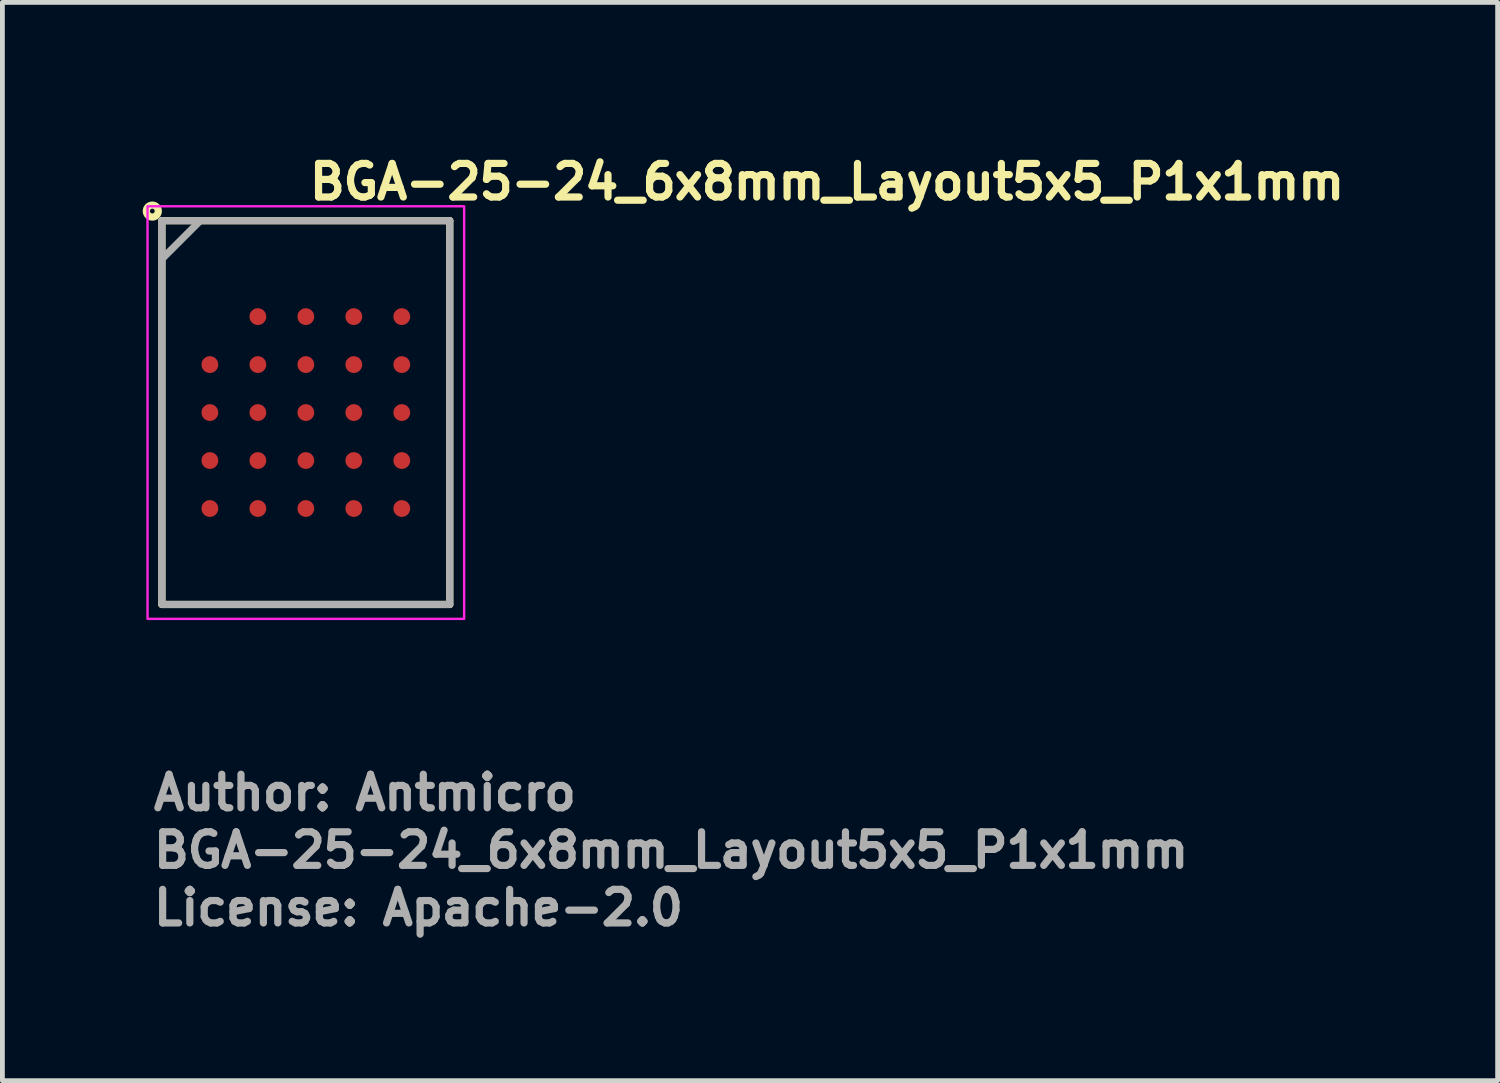
<source format=kicad_pcb>
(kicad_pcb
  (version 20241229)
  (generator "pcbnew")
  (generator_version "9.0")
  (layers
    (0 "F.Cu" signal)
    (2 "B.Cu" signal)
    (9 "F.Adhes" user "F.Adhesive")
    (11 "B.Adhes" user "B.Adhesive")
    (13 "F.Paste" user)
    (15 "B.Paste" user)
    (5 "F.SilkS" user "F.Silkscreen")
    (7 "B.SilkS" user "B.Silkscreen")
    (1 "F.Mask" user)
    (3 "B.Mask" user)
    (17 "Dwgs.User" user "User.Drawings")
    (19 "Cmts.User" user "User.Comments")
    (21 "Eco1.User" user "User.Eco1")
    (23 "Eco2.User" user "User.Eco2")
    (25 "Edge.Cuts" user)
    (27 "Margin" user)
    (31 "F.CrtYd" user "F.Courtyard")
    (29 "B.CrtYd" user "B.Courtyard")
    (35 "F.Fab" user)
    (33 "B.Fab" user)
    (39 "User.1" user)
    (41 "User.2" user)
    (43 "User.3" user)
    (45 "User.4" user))
  (footprint "BGA-25-24_6x8mm_Layout5x5_P1x1mm"
    (layer "F.Cu")
    (at 3.325 5.55)
    (property "Reference" "BGA-25-24_6x8mm_Layout5x5_P1x1mm" (at 0 -4.4 0) (layer "F.SilkS") (effects (font (size 0.7 0.7) (thickness 0.15)) (justify left bottom)))
    (attr smd)
    (fp_line (start -3 -4) (end 3 -4) (stroke (width 0.15) (type solid)) (layer "F.SilkS"))
    (fp_line (start -3 4) (end -3 -4) (stroke (width 0.15) (type solid)) (layer "F.SilkS"))
    (fp_line (start 3 -4) (end 3 4) (stroke (width 0.15) (type solid)) (layer "F.SilkS"))
    (fp_line (start 3 4) (end -3 4) (stroke (width 0.15) (type solid)) (layer "F.SilkS"))
    (fp_circle (center -3.2 -4.2) (end -3.15 -4.2) (stroke (width 0.15) (type solid)) (fill no) (layer "F.SilkS"))
    (fp_rect (start -3.3 -4.3) (end 3.3 4.3) (stroke (width 0.05) (type solid)) (fill no) (layer "F.CrtYd"))
    (fp_line (start -2.2 -4) (end -3 -3.2) (stroke (width 0.15) (type solid)) (layer "F.Fab"))
    (fp_rect (start -3 -4) (end 3 4) (stroke (width 0.15) (type solid)) (fill no) (layer "F.Fab"))
    (fp_rect (start -3 -4) (end 3 4) (stroke (width 0.1) (type solid)) (fill no) (layer "User.5"))
    (fp_line (start -3 -4) (end 3 -4) (stroke (width 0.02) (type solid)) (layer "User.9"))
    (fp_line (start -3 4) (end -3 -4) (stroke (width 0.02) (type solid)) (layer "User.9"))
    (fp_line (start -2.75 -3.5) (end -2.749 -3.483) (stroke (width 0.02) (type solid)) (layer "User.9"))
    (fp_line (start -2.75 -3.5) (end -2.749 -3.483) (stroke (width 0.02) (type solid)) (layer "User.9"))
    (fp_line (start -2.749 -3.516) (end -2.749 -3.508) (stroke (width 0.02) (type solid)) (layer "User.9"))
    (fp_line (start -2.749 -3.516) (end -2.749 -3.508) (stroke (width 0.02) (type solid)) (layer "User.9"))
    (fp_line (start -2.749 -3.508) (end -2.75 -3.5) (stroke (width 0.02) (type solid)) (layer "User.9"))
    (fp_line (start -2.749 -3.508) (end -2.75 -3.5) (stroke (width 0.02) (type solid)) (layer "User.9"))
    (fp_line (start -2.749 -3.483) (end -2.747 -3.466) (stroke (width 0.02) (type solid)) (layer "User.9"))
    (fp_line (start -2.749 -3.483) (end -2.747 -3.466) (stroke (width 0.02) (type solid)) (layer "User.9"))
    (fp_line (start -2.748 -3.524) (end -2.749 -3.516) (stroke (width 0.02) (type solid)) (layer "User.9"))
    (fp_line (start -2.748 -3.524) (end -2.749 -3.516) (stroke (width 0.02) (type solid)) (layer "User.9"))
    (fp_line (start -2.747 -3.533) (end -2.748 -3.524) (stroke (width 0.02) (type solid)) (layer "User.9"))
    (fp_line (start -2.747 -3.533) (end -2.748 -3.524) (stroke (width 0.02) (type solid)) (layer "User.9"))
    (fp_line (start -2.747 -3.466) (end -2.745 -3.45) (stroke (width 0.02) (type solid)) (layer "User.9"))
    (fp_line (start -2.747 -3.466) (end -2.745 -3.45) (stroke (width 0.02) (type solid)) (layer "User.9"))
    (fp_line (start -2.746 -3.541) (end -2.747 -3.533) (stroke (width 0.02) (type solid)) (layer "User.9"))
    (fp_line (start -2.746 -3.541) (end -2.747 -3.533) (stroke (width 0.02) (type solid)) (layer "User.9"))
    (fp_line (start -2.745 -3.549) (end -2.746 -3.541) (stroke (width 0.02) (type solid)) (layer "User.9"))
    (fp_line (start -2.745 -3.549) (end -2.746 -3.541) (stroke (width 0.02) (type solid)) (layer "User.9"))
    (fp_line (start -2.745 -3.45) (end -2.741 -3.434) (stroke (width 0.02) (type solid)) (layer "User.9"))
    (fp_line (start -2.745 -3.45) (end -2.741 -3.434) (stroke (width 0.02) (type solid)) (layer "User.9"))
    (fp_line (start -2.743 -3.557) (end -2.745 -3.549) (stroke (width 0.02) (type solid)) (layer "User.9"))
    (fp_line (start -2.743 -3.557) (end -2.745 -3.549) (stroke (width 0.02) (type solid)) (layer "User.9"))
    (fp_line (start -2.741 -3.565) (end -2.743 -3.557) (stroke (width 0.02) (type solid)) (layer "User.9"))
    (fp_line (start -2.741 -3.565) (end -2.743 -3.557) (stroke (width 0.02) (type solid)) (layer "User.9"))
    (fp_line (start -2.741 -3.434) (end -2.736 -3.419) (stroke (width 0.02) (type solid)) (layer "User.9"))
    (fp_line (start -2.741 -3.434) (end -2.736 -3.419) (stroke (width 0.02) (type solid)) (layer "User.9"))
    (fp_line (start -2.739 -3.573) (end -2.741 -3.565) (stroke (width 0.02) (type solid)) (layer "User.9"))
    (fp_line (start -2.739 -3.573) (end -2.741 -3.565) (stroke (width 0.02) (type solid)) (layer "User.9"))
    (fp_line (start -2.736 -3.58) (end -2.739 -3.573) (stroke (width 0.02) (type solid)) (layer "User.9"))
    (fp_line (start -2.736 -3.58) (end -2.739 -3.573) (stroke (width 0.02) (type solid)) (layer "User.9"))
    (fp_line (start -2.736 -3.419) (end -2.73 -3.404) (stroke (width 0.02) (type solid)) (layer "User.9"))
    (fp_line (start -2.736 -3.419) (end -2.73 -3.404) (stroke (width 0.02) (type solid)) (layer "User.9"))
    (fp_line (start -2.733 -3.588) (end -2.736 -3.58) (stroke (width 0.02) (type solid)) (layer "User.9"))
    (fp_line (start -2.733 -3.588) (end -2.736 -3.58) (stroke (width 0.02) (type solid)) (layer "User.9"))
    (fp_line (start -2.73 -3.595) (end -2.733 -3.588) (stroke (width 0.02) (type solid)) (layer "User.9"))
    (fp_line (start -2.73 -3.595) (end -2.733 -3.588) (stroke (width 0.02) (type solid)) (layer "User.9"))
    (fp_line (start -2.73 -3.404) (end -2.724 -3.389) (stroke (width 0.02) (type solid)) (layer "User.9"))
    (fp_line (start -2.73 -3.404) (end -2.724 -3.389) (stroke (width 0.02) (type solid)) (layer "User.9"))
    (fp_line (start -2.727 -3.603) (end -2.73 -3.595) (stroke (width 0.02) (type solid)) (layer "User.9"))
    (fp_line (start -2.727 -3.603) (end -2.73 -3.595) (stroke (width 0.02) (type solid)) (layer "User.9"))
    (fp_line (start -2.724 -3.61) (end -2.727 -3.603) (stroke (width 0.02) (type solid)) (layer "User.9"))
    (fp_line (start -2.724 -3.61) (end -2.727 -3.603) (stroke (width 0.02) (type solid)) (layer "User.9"))
    (fp_line (start -2.724 -3.389) (end -2.716 -3.375) (stroke (width 0.02) (type solid)) (layer "User.9"))
    (fp_line (start -2.724 -3.389) (end -2.716 -3.375) (stroke (width 0.02) (type solid)) (layer "User.9"))
    (fp_line (start -2.72 -3.617) (end -2.724 -3.61) (stroke (width 0.02) (type solid)) (layer "User.9"))
    (fp_line (start -2.72 -3.617) (end -2.724 -3.61) (stroke (width 0.02) (type solid)) (layer "User.9"))
    (fp_line (start -2.716 -3.625) (end -2.72 -3.617) (stroke (width 0.02) (type solid)) (layer "User.9"))
    (fp_line (start -2.716 -3.625) (end -2.72 -3.617) (stroke (width 0.02) (type solid)) (layer "User.9"))
    (fp_line (start -2.716 -3.375) (end -2.707 -3.361) (stroke (width 0.02) (type solid)) (layer "User.9"))
    (fp_line (start -2.716 -3.375) (end -2.707 -3.361) (stroke (width 0.02) (type solid)) (layer "User.9"))
    (fp_line (start -2.712 -3.631) (end -2.716 -3.625) (stroke (width 0.02) (type solid)) (layer "User.9"))
    (fp_line (start -2.712 -3.631) (end -2.716 -3.625) (stroke (width 0.02) (type solid)) (layer "User.9"))
    (fp_line (start -2.707 -3.638) (end -2.712 -3.631) (stroke (width 0.02) (type solid)) (layer "User.9"))
    (fp_line (start -2.707 -3.638) (end -2.712 -3.631) (stroke (width 0.02) (type solid)) (layer "User.9"))
    (fp_line (start -2.707 -3.361) (end -2.698 -3.348) (stroke (width 0.02) (type solid)) (layer "User.9"))
    (fp_line (start -2.707 -3.361) (end -2.698 -3.348) (stroke (width 0.02) (type solid)) (layer "User.9"))
    (fp_line (start -2.703 -3.645) (end -2.707 -3.638) (stroke (width 0.02) (type solid)) (layer "User.9"))
    (fp_line (start -2.703 -3.645) (end -2.707 -3.638) (stroke (width 0.02) (type solid)) (layer "User.9"))
    (fp_line (start -2.698 -3.651) (end -2.703 -3.645) (stroke (width 0.02) (type solid)) (layer "User.9"))
    (fp_line (start -2.698 -3.651) (end -2.703 -3.645) (stroke (width 0.02) (type solid)) (layer "User.9"))
    (fp_line (start -2.698 -3.348) (end -2.688 -3.335) (stroke (width 0.02) (type solid)) (layer "User.9"))
    (fp_line (start -2.698 -3.348) (end -2.688 -3.335) (stroke (width 0.02) (type solid)) (layer "User.9"))
    (fp_line (start -2.693 -3.658) (end -2.698 -3.651) (stroke (width 0.02) (type solid)) (layer "User.9"))
    (fp_line (start -2.693 -3.658) (end -2.698 -3.651) (stroke (width 0.02) (type solid)) (layer "User.9"))
    (fp_line (start -2.688 -3.664) (end -2.693 -3.658) (stroke (width 0.02) (type solid)) (layer "User.9"))
    (fp_line (start -2.688 -3.664) (end -2.693 -3.658) (stroke (width 0.02) (type solid)) (layer "User.9"))
    (fp_line (start -2.688 -3.335) (end -2.677 -3.323) (stroke (width 0.02) (type solid)) (layer "User.9"))
    (fp_line (start -2.688 -3.335) (end -2.677 -3.323) (stroke (width 0.02) (type solid)) (layer "User.9"))
    (fp_line (start -2.682 -3.67) (end -2.688 -3.664) (stroke (width 0.02) (type solid)) (layer "User.9"))
    (fp_line (start -2.682 -3.67) (end -2.688 -3.664) (stroke (width 0.02) (type solid)) (layer "User.9"))
    (fp_line (start -2.677 -3.676) (end -2.682 -3.67) (stroke (width 0.02) (type solid)) (layer "User.9"))
    (fp_line (start -2.677 -3.676) (end -2.682 -3.67) (stroke (width 0.02) (type solid)) (layer "User.9"))
    (fp_line (start -2.677 -3.323) (end -2.665 -3.312) (stroke (width 0.02) (type solid)) (layer "User.9"))
    (fp_line (start -2.677 -3.323) (end -2.665 -3.312) (stroke (width 0.02) (type solid)) (layer "User.9"))
    (fp_line (start -2.671 -3.682) (end -2.677 -3.676) (stroke (width 0.02) (type solid)) (layer "User.9"))
    (fp_line (start -2.671 -3.682) (end -2.677 -3.676) (stroke (width 0.02) (type solid)) (layer "User.9"))
    (fp_line (start -2.665 -3.687) (end -2.671 -3.682) (stroke (width 0.02) (type solid)) (layer "User.9"))
    (fp_line (start -2.665 -3.687) (end -2.671 -3.682) (stroke (width 0.02) (type solid)) (layer "User.9"))
    (fp_line (start -2.665 -3.312) (end -2.652 -3.301) (stroke (width 0.02) (type solid)) (layer "User.9"))
    (fp_line (start -2.665 -3.312) (end -2.652 -3.301) (stroke (width 0.02) (type solid)) (layer "User.9"))
    (fp_line (start -2.659 -3.692) (end -2.665 -3.687) (stroke (width 0.02) (type solid)) (layer "User.9"))
    (fp_line (start -2.659 -3.692) (end -2.665 -3.687) (stroke (width 0.02) (type solid)) (layer "User.9"))
    (fp_line (start -2.652 -3.698) (end -2.659 -3.692) (stroke (width 0.02) (type solid)) (layer "User.9"))
    (fp_line (start -2.652 -3.698) (end -2.659 -3.692) (stroke (width 0.02) (type solid)) (layer "User.9"))
    (fp_line (start -2.652 -3.301) (end -2.639 -3.292) (stroke (width 0.02) (type solid)) (layer "User.9"))
    (fp_line (start -2.652 -3.301) (end -2.639 -3.292) (stroke (width 0.02) (type solid)) (layer "User.9"))
    (fp_line (start -2.645 -3.702) (end -2.652 -3.698) (stroke (width 0.02) (type solid)) (layer "User.9"))
    (fp_line (start -2.645 -3.702) (end -2.652 -3.698) (stroke (width 0.02) (type solid)) (layer "User.9"))
    (fp_line (start -2.639 -3.707) (end -2.645 -3.702) (stroke (width 0.02) (type solid)) (layer "User.9"))
    (fp_line (start -2.639 -3.707) (end -2.645 -3.702) (stroke (width 0.02) (type solid)) (layer "User.9"))
    (fp_line (start -2.639 -3.292) (end -2.625 -3.283) (stroke (width 0.02) (type solid)) (layer "User.9"))
    (fp_line (start -2.639 -3.292) (end -2.625 -3.283) (stroke (width 0.02) (type solid)) (layer "User.9"))
    (fp_line (start -2.632 -3.712) (end -2.639 -3.707) (stroke (width 0.02) (type solid)) (layer "User.9"))
    (fp_line (start -2.632 -3.712) (end -2.639 -3.707) (stroke (width 0.02) (type solid)) (layer "User.9"))
    (fp_line (start -2.625 -3.716) (end -2.632 -3.712) (stroke (width 0.02) (type solid)) (layer "User.9"))
    (fp_line (start -2.625 -3.716) (end -2.632 -3.712) (stroke (width 0.02) (type solid)) (layer "User.9"))
    (fp_line (start -2.625 -3.716) (end -2.625 -3.716) (stroke (width 0.02) (type solid)) (layer "User.9"))
    (fp_line (start -2.625 -3.716) (end -2.625 -3.716) (stroke (width 0.02) (type solid)) (layer "User.9"))
    (fp_line (start -2.625 -3.283) (end -2.625 -3.283) (stroke (width 0.02) (type solid)) (layer "User.9"))
    (fp_line (start -2.625 -3.283) (end -2.625 -3.283) (stroke (width 0.02) (type solid)) (layer "User.9"))
    (fp_line (start -2.625 -3.283) (end -2.61 -3.275) (stroke (width 0.02) (type solid)) (layer "User.9"))
    (fp_line (start -2.625 -3.283) (end -2.61 -3.275) (stroke (width 0.02) (type solid)) (layer "User.9"))
    (fp_line (start -2.61 -3.724) (end -2.625 -3.716) (stroke (width 0.02) (type solid)) (layer "User.9"))
    (fp_line (start -2.61 -3.724) (end -2.625 -3.716) (stroke (width 0.02) (type solid)) (layer "User.9"))
    (fp_line (start -2.61 -3.275) (end -2.595 -3.268) (stroke (width 0.02) (type solid)) (layer "User.9"))
    (fp_line (start -2.61 -3.275) (end -2.595 -3.268) (stroke (width 0.02) (type solid)) (layer "User.9"))
    (fp_line (start -2.595 -3.731) (end -2.61 -3.724) (stroke (width 0.02) (type solid)) (layer "User.9"))
    (fp_line (start -2.595 -3.731) (end -2.61 -3.724) (stroke (width 0.02) (type solid)) (layer "User.9"))
    (fp_line (start -2.595 -3.268) (end -2.579 -3.263) (stroke (width 0.02) (type solid)) (layer "User.9"))
    (fp_line (start -2.595 -3.268) (end -2.579 -3.263) (stroke (width 0.02) (type solid)) (layer "User.9"))
    (fp_line (start -2.579 -3.736) (end -2.595 -3.731) (stroke (width 0.02) (type solid)) (layer "User.9"))
    (fp_line (start -2.579 -3.736) (end -2.595 -3.731) (stroke (width 0.02) (type solid)) (layer "User.9"))
    (fp_line (start -2.579 -3.263) (end -2.564 -3.258) (stroke (width 0.02) (type solid)) (layer "User.9"))
    (fp_line (start -2.579 -3.263) (end -2.564 -3.258) (stroke (width 0.02) (type solid)) (layer "User.9"))
    (fp_line (start -2.564 -3.741) (end -2.579 -3.736) (stroke (width 0.02) (type solid)) (layer "User.9"))
    (fp_line (start -2.564 -3.741) (end -2.579 -3.736) (stroke (width 0.02) (type solid)) (layer "User.9"))
    (fp_line (start -2.564 -3.258) (end -2.548 -3.254) (stroke (width 0.02) (type solid)) (layer "User.9"))
    (fp_line (start -2.564 -3.258) (end -2.548 -3.254) (stroke (width 0.02) (type solid)) (layer "User.9"))
    (fp_line (start -2.548 -3.745) (end -2.564 -3.741) (stroke (width 0.02) (type solid)) (layer "User.9"))
    (fp_line (start -2.548 -3.745) (end -2.564 -3.741) (stroke (width 0.02) (type solid)) (layer "User.9"))
    (fp_line (start -2.548 -3.254) (end -2.532 -3.252) (stroke (width 0.02) (type solid)) (layer "User.9"))
    (fp_line (start -2.548 -3.254) (end -2.532 -3.252) (stroke (width 0.02) (type solid)) (layer "User.9"))
    (fp_line (start -2.532 -3.747) (end -2.548 -3.745) (stroke (width 0.02) (type solid)) (layer "User.9"))
    (fp_line (start -2.532 -3.747) (end -2.548 -3.745) (stroke (width 0.02) (type solid)) (layer "User.9"))
    (fp_line (start -2.532 -3.252) (end -2.516 -3.25) (stroke (width 0.02) (type solid)) (layer "User.9"))
    (fp_line (start -2.532 -3.252) (end -2.516 -3.25) (stroke (width 0.02) (type solid)) (layer "User.9"))
    (fp_line (start -2.516 -3.749) (end -2.532 -3.747) (stroke (width 0.02) (type solid)) (layer "User.9"))
    (fp_line (start -2.516 -3.749) (end -2.532 -3.747) (stroke (width 0.02) (type solid)) (layer "User.9"))
    (fp_line (start -2.516 -3.25) (end -2.5 -3.25) (stroke (width 0.02) (type solid)) (layer "User.9"))
    (fp_line (start -2.516 -3.25) (end -2.5 -3.25) (stroke (width 0.02) (type solid)) (layer "User.9"))
    (fp_line (start -2.5 -3.75) (end -2.516 -3.749) (stroke (width 0.02) (type solid)) (layer "User.9"))
    (fp_line (start -2.5 -3.75) (end -2.516 -3.749) (stroke (width 0.02) (type solid)) (layer "User.9"))
    (fp_line (start -2.5 -3.25) (end -2.483 -3.25) (stroke (width 0.02) (type solid)) (layer "User.9"))
    (fp_line (start -2.5 -3.25) (end -2.483 -3.25) (stroke (width 0.02) (type solid)) (layer "User.9"))
    (fp_line (start -2.483 -3.749) (end -2.5 -3.75) (stroke (width 0.02) (type solid)) (layer "User.9"))
    (fp_line (start -2.483 -3.749) (end -2.5 -3.75) (stroke (width 0.02) (type solid)) (layer "User.9"))
    (fp_line (start -2.483 -3.25) (end -2.467 -3.252) (stroke (width 0.02) (type solid)) (layer "User.9"))
    (fp_line (start -2.483 -3.25) (end -2.467 -3.252) (stroke (width 0.02) (type solid)) (layer "User.9"))
    (fp_line (start -2.467 -3.747) (end -2.483 -3.749) (stroke (width 0.02) (type solid)) (layer "User.9"))
    (fp_line (start -2.467 -3.747) (end -2.483 -3.749) (stroke (width 0.02) (type solid)) (layer "User.9"))
    (fp_line (start -2.467 -3.252) (end -2.451 -3.254) (stroke (width 0.02) (type solid)) (layer "User.9"))
    (fp_line (start -2.467 -3.252) (end -2.451 -3.254) (stroke (width 0.02) (type solid)) (layer "User.9"))
    (fp_line (start -2.451 -3.745) (end -2.467 -3.747) (stroke (width 0.02) (type solid)) (layer "User.9"))
    (fp_line (start -2.451 -3.745) (end -2.467 -3.747) (stroke (width 0.02) (type solid)) (layer "User.9"))
    (fp_line (start -2.451 -3.254) (end -2.435 -3.258) (stroke (width 0.02) (type solid)) (layer "User.9"))
    (fp_line (start -2.451 -3.254) (end -2.435 -3.258) (stroke (width 0.02) (type solid)) (layer "User.9"))
    (fp_line (start -2.435 -3.741) (end -2.451 -3.745) (stroke (width 0.02) (type solid)) (layer "User.9"))
    (fp_line (start -2.435 -3.741) (end -2.451 -3.745) (stroke (width 0.02) (type solid)) (layer "User.9"))
    (fp_line (start -2.435 -3.258) (end -2.42 -3.263) (stroke (width 0.02) (type solid)) (layer "User.9"))
    (fp_line (start -2.435 -3.258) (end -2.42 -3.263) (stroke (width 0.02) (type solid)) (layer "User.9"))
    (fp_line (start -2.42 -3.736) (end -2.435 -3.741) (stroke (width 0.02) (type solid)) (layer "User.9"))
    (fp_line (start -2.42 -3.736) (end -2.435 -3.741) (stroke (width 0.02) (type solid)) (layer "User.9"))
    (fp_line (start -2.42 -3.263) (end -2.404 -3.268) (stroke (width 0.02) (type solid)) (layer "User.9"))
    (fp_line (start -2.42 -3.263) (end -2.404 -3.268) (stroke (width 0.02) (type solid)) (layer "User.9"))
    (fp_line (start -2.404 -3.731) (end -2.42 -3.736) (stroke (width 0.02) (type solid)) (layer "User.9"))
    (fp_line (start -2.404 -3.731) (end -2.42 -3.736) (stroke (width 0.02) (type solid)) (layer "User.9"))
    (fp_line (start -2.404 -3.268) (end -2.389 -3.275) (stroke (width 0.02) (type solid)) (layer "User.9"))
    (fp_line (start -2.404 -3.268) (end -2.389 -3.275) (stroke (width 0.02) (type solid)) (layer "User.9"))
    (fp_line (start -2.389 -3.724) (end -2.404 -3.731) (stroke (width 0.02) (type solid)) (layer "User.9"))
    (fp_line (start -2.389 -3.724) (end -2.404 -3.731) (stroke (width 0.02) (type solid)) (layer "User.9"))
    (fp_line (start -2.389 -3.275) (end -2.375 -3.283) (stroke (width 0.02) (type solid)) (layer "User.9"))
    (fp_line (start -2.389 -3.275) (end -2.375 -3.283) (stroke (width 0.02) (type solid)) (layer "User.9"))
    (fp_line (start -2.375 -3.716) (end -2.389 -3.724) (stroke (width 0.02) (type solid)) (layer "User.9"))
    (fp_line (start -2.375 -3.716) (end -2.389 -3.724) (stroke (width 0.02) (type solid)) (layer "User.9"))
    (fp_line (start -2.375 -3.716) (end -2.375 -3.716) (stroke (width 0.02) (type solid)) (layer "User.9"))
    (fp_line (start -2.375 -3.716) (end -2.375 -3.716) (stroke (width 0.02) (type solid)) (layer "User.9"))
    (fp_line (start -2.375 -3.283) (end -2.375 -3.283) (stroke (width 0.02) (type solid)) (layer "User.9"))
    (fp_line (start -2.375 -3.283) (end -2.375 -3.283) (stroke (width 0.02) (type solid)) (layer "User.9"))
    (fp_line (start -2.375 -3.283) (end -2.367 -3.287) (stroke (width 0.02) (type solid)) (layer "User.9"))
    (fp_line (start -2.375 -3.283) (end -2.367 -3.287) (stroke (width 0.02) (type solid)) (layer "User.9"))
    (fp_line (start -2.367 -3.287) (end -2.36 -3.292) (stroke (width 0.02) (type solid)) (layer "User.9"))
    (fp_line (start -2.367 -3.287) (end -2.36 -3.292) (stroke (width 0.02) (type solid)) (layer "User.9"))
    (fp_line (start -2.36 -3.707) (end -2.375 -3.716) (stroke (width 0.02) (type solid)) (layer "User.9"))
    (fp_line (start -2.36 -3.707) (end -2.375 -3.716) (stroke (width 0.02) (type solid)) (layer "User.9"))
    (fp_line (start -2.36 -3.292) (end -2.354 -3.297) (stroke (width 0.02) (type solid)) (layer "User.9"))
    (fp_line (start -2.36 -3.292) (end -2.354 -3.297) (stroke (width 0.02) (type solid)) (layer "User.9"))
    (fp_line (start -2.354 -3.297) (end -2.347 -3.301) (stroke (width 0.02) (type solid)) (layer "User.9"))
    (fp_line (start -2.354 -3.297) (end -2.347 -3.301) (stroke (width 0.02) (type solid)) (layer "User.9"))
    (fp_line (start -2.347 -3.698) (end -2.36 -3.707) (stroke (width 0.02) (type solid)) (layer "User.9"))
    (fp_line (start -2.347 -3.698) (end -2.36 -3.707) (stroke (width 0.02) (type solid)) (layer "User.9"))
    (fp_line (start -2.347 -3.301) (end -2.34 -3.307) (stroke (width 0.02) (type solid)) (layer "User.9"))
    (fp_line (start -2.347 -3.301) (end -2.34 -3.307) (stroke (width 0.02) (type solid)) (layer "User.9"))
    (fp_line (start -2.34 -3.307) (end -2.334 -3.312) (stroke (width 0.02) (type solid)) (layer "User.9"))
    (fp_line (start -2.34 -3.307) (end -2.334 -3.312) (stroke (width 0.02) (type solid)) (layer "User.9"))
    (fp_line (start -2.334 -3.687) (end -2.347 -3.698) (stroke (width 0.02) (type solid)) (layer "User.9"))
    (fp_line (start -2.334 -3.687) (end -2.347 -3.698) (stroke (width 0.02) (type solid)) (layer "User.9"))
    (fp_line (start -2.334 -3.312) (end -2.328 -3.317) (stroke (width 0.02) (type solid)) (layer "User.9"))
    (fp_line (start -2.334 -3.312) (end -2.328 -3.317) (stroke (width 0.02) (type solid)) (layer "User.9"))
    (fp_line (start -2.328 -3.317) (end -2.322 -3.323) (stroke (width 0.02) (type solid)) (layer "User.9"))
    (fp_line (start -2.328 -3.317) (end -2.322 -3.323) (stroke (width 0.02) (type solid)) (layer "User.9"))
    (fp_line (start -2.322 -3.676) (end -2.334 -3.687) (stroke (width 0.02) (type solid)) (layer "User.9"))
    (fp_line (start -2.322 -3.676) (end -2.334 -3.687) (stroke (width 0.02) (type solid)) (layer "User.9"))
    (fp_line (start -2.322 -3.323) (end -2.317 -3.329) (stroke (width 0.02) (type solid)) (layer "User.9"))
    (fp_line (start -2.322 -3.323) (end -2.317 -3.329) (stroke (width 0.02) (type solid)) (layer "User.9"))
    (fp_line (start -2.317 -3.329) (end -2.311 -3.335) (stroke (width 0.02) (type solid)) (layer "User.9"))
    (fp_line (start -2.317 -3.329) (end -2.311 -3.335) (stroke (width 0.02) (type solid)) (layer "User.9"))
    (fp_line (start -2.311 -3.664) (end -2.322 -3.676) (stroke (width 0.02) (type solid)) (layer "User.9"))
    (fp_line (start -2.311 -3.664) (end -2.322 -3.676) (stroke (width 0.02) (type solid)) (layer "User.9"))
    (fp_line (start -2.311 -3.335) (end -2.306 -3.341) (stroke (width 0.02) (type solid)) (layer "User.9"))
    (fp_line (start -2.311 -3.335) (end -2.306 -3.341) (stroke (width 0.02) (type solid)) (layer "User.9"))
    (fp_line (start -2.306 -3.341) (end -2.301 -3.348) (stroke (width 0.02) (type solid)) (layer "User.9"))
    (fp_line (start -2.306 -3.341) (end -2.301 -3.348) (stroke (width 0.02) (type solid)) (layer "User.9"))
    (fp_line (start -2.301 -3.651) (end -2.311 -3.664) (stroke (width 0.02) (type solid)) (layer "User.9"))
    (fp_line (start -2.301 -3.651) (end -2.311 -3.664) (stroke (width 0.02) (type solid)) (layer "User.9"))
    (fp_line (start -2.301 -3.348) (end -2.296 -3.354) (stroke (width 0.02) (type solid)) (layer "User.9"))
    (fp_line (start -2.301 -3.348) (end -2.296 -3.354) (stroke (width 0.02) (type solid)) (layer "User.9"))
    (fp_line (start -2.296 -3.354) (end -2.292 -3.361) (stroke (width 0.02) (type solid)) (layer "User.9"))
    (fp_line (start -2.296 -3.354) (end -2.292 -3.361) (stroke (width 0.02) (type solid)) (layer "User.9"))
    (fp_line (start -2.292 -3.638) (end -2.301 -3.651) (stroke (width 0.02) (type solid)) (layer "User.9"))
    (fp_line (start -2.292 -3.638) (end -2.301 -3.651) (stroke (width 0.02) (type solid)) (layer "User.9"))
    (fp_line (start -2.292 -3.361) (end -2.287 -3.368) (stroke (width 0.02) (type solid)) (layer "User.9"))
    (fp_line (start -2.292 -3.361) (end -2.287 -3.368) (stroke (width 0.02) (type solid)) (layer "User.9"))
    (fp_line (start -2.287 -3.368) (end -2.283 -3.375) (stroke (width 0.02) (type solid)) (layer "User.9"))
    (fp_line (start -2.287 -3.368) (end -2.283 -3.375) (stroke (width 0.02) (type solid)) (layer "User.9"))
    (fp_line (start -2.283 -3.625) (end -2.292 -3.638) (stroke (width 0.02) (type solid)) (layer "User.9"))
    (fp_line (start -2.283 -3.625) (end -2.292 -3.638) (stroke (width 0.02) (type solid)) (layer "User.9"))
    (fp_line (start -2.283 -3.375) (end -2.279 -3.382) (stroke (width 0.02) (type solid)) (layer "User.9"))
    (fp_line (start -2.283 -3.375) (end -2.279 -3.382) (stroke (width 0.02) (type solid)) (layer "User.9"))
    (fp_line (start -2.279 -3.382) (end -2.275 -3.389) (stroke (width 0.02) (type solid)) (layer "User.9"))
    (fp_line (start -2.279 -3.382) (end -2.275 -3.389) (stroke (width 0.02) (type solid)) (layer "User.9"))
    (fp_line (start -2.275 -3.61) (end -2.283 -3.625) (stroke (width 0.02) (type solid)) (layer "User.9"))
    (fp_line (start -2.275 -3.61) (end -2.283 -3.625) (stroke (width 0.02) (type solid)) (layer "User.9"))
    (fp_line (start -2.275 -3.389) (end -2.272 -3.396) (stroke (width 0.02) (type solid)) (layer "User.9"))
    (fp_line (start -2.275 -3.389) (end -2.272 -3.396) (stroke (width 0.02) (type solid)) (layer "User.9"))
    (fp_line (start -2.272 -3.396) (end -2.269 -3.404) (stroke (width 0.02) (type solid)) (layer "User.9"))
    (fp_line (start -2.272 -3.396) (end -2.269 -3.404) (stroke (width 0.02) (type solid)) (layer "User.9"))
    (fp_line (start -2.269 -3.595) (end -2.275 -3.61) (stroke (width 0.02) (type solid)) (layer "User.9"))
    (fp_line (start -2.269 -3.595) (end -2.275 -3.61) (stroke (width 0.02) (type solid)) (layer "User.9"))
    (fp_line (start -2.269 -3.404) (end -2.266 -3.411) (stroke (width 0.02) (type solid)) (layer "User.9"))
    (fp_line (start -2.269 -3.404) (end -2.266 -3.411) (stroke (width 0.02) (type solid)) (layer "User.9"))
    (fp_line (start -2.266 -3.411) (end -2.263 -3.419) (stroke (width 0.02) (type solid)) (layer "User.9"))
    (fp_line (start -2.266 -3.411) (end -2.263 -3.419) (stroke (width 0.02) (type solid)) (layer "User.9"))
    (fp_line (start -2.263 -3.58) (end -2.269 -3.595) (stroke (width 0.02) (type solid)) (layer "User.9"))
    (fp_line (start -2.263 -3.58) (end -2.269 -3.595) (stroke (width 0.02) (type solid)) (layer "User.9"))
    (fp_line (start -2.263 -3.419) (end -2.26 -3.426) (stroke (width 0.02) (type solid)) (layer "User.9"))
    (fp_line (start -2.263 -3.419) (end -2.26 -3.426) (stroke (width 0.02) (type solid)) (layer "User.9"))
    (fp_line (start -2.26 -3.426) (end -2.258 -3.434) (stroke (width 0.02) (type solid)) (layer "User.9"))
    (fp_line (start -2.26 -3.426) (end -2.258 -3.434) (stroke (width 0.02) (type solid)) (layer "User.9"))
    (fp_line (start -2.258 -3.565) (end -2.263 -3.58) (stroke (width 0.02) (type solid)) (layer "User.9"))
    (fp_line (start -2.258 -3.565) (end -2.263 -3.58) (stroke (width 0.02) (type solid)) (layer "User.9"))
    (fp_line (start -2.258 -3.434) (end -2.256 -3.442) (stroke (width 0.02) (type solid)) (layer "User.9"))
    (fp_line (start -2.258 -3.434) (end -2.256 -3.442) (stroke (width 0.02) (type solid)) (layer "User.9"))
    (fp_line (start -2.256 -3.442) (end -2.254 -3.45) (stroke (width 0.02) (type solid)) (layer "User.9"))
    (fp_line (start -2.256 -3.442) (end -2.254 -3.45) (stroke (width 0.02) (type solid)) (layer "User.9"))
    (fp_line (start -2.254 -3.549) (end -2.258 -3.565) (stroke (width 0.02) (type solid)) (layer "User.9"))
    (fp_line (start -2.254 -3.549) (end -2.258 -3.565) (stroke (width 0.02) (type solid)) (layer "User.9"))
    (fp_line (start -2.254 -3.45) (end -2.253 -3.458) (stroke (width 0.02) (type solid)) (layer "User.9"))
    (fp_line (start -2.254 -3.45) (end -2.253 -3.458) (stroke (width 0.02) (type solid)) (layer "User.9"))
    (fp_line (start -2.253 -3.458) (end -2.252 -3.466) (stroke (width 0.02) (type solid)) (layer "User.9"))
    (fp_line (start -2.253 -3.458) (end -2.252 -3.466) (stroke (width 0.02) (type solid)) (layer "User.9"))
    (fp_line (start -2.252 -3.533) (end -2.254 -3.549) (stroke (width 0.02) (type solid)) (layer "User.9"))
    (fp_line (start -2.252 -3.533) (end -2.254 -3.549) (stroke (width 0.02) (type solid)) (layer "User.9"))
    (fp_line (start -2.252 -3.466) (end -2.251 -3.475) (stroke (width 0.02) (type solid)) (layer "User.9"))
    (fp_line (start -2.252 -3.466) (end -2.251 -3.475) (stroke (width 0.02) (type solid)) (layer "User.9"))
    (fp_line (start -2.251 -3.475) (end -2.25 -3.483) (stroke (width 0.02) (type solid)) (layer "User.9"))
    (fp_line (start -2.251 -3.475) (end -2.25 -3.483) (stroke (width 0.02) (type solid)) (layer "User.9"))
    (fp_line (start -2.25 -3.516) (end -2.252 -3.533) (stroke (width 0.02) (type solid)) (layer "User.9"))
    (fp_line (start -2.25 -3.516) (end -2.252 -3.533) (stroke (width 0.02) (type solid)) (layer "User.9"))
    (fp_line (start -2.25 -3.5) (end -2.25 -3.516) (stroke (width 0.02) (type solid)) (layer "User.9"))
    (fp_line (start -2.25 -3.5) (end -2.25 -3.516) (stroke (width 0.02) (type solid)) (layer "User.9"))
    (fp_line (start -2.25 -3.491) (end -2.25 -3.5) (stroke (width 0.02) (type solid)) (layer "User.9"))
    (fp_line (start -2.25 -3.491) (end -2.25 -3.5) (stroke (width 0.02) (type solid)) (layer "User.9"))
    (fp_line (start -2.25 -3.483) (end -2.25 -3.491) (stroke (width 0.02) (type solid)) (layer "User.9"))
    (fp_line (start -2.25 -3.483) (end -2.25 -3.491) (stroke (width 0.02) (type solid)) (layer "User.9"))
    (fp_line (start 3 -4) (end 3 4) (stroke (width 0.02) (type solid)) (layer "User.9"))
    (fp_line (start 3 4) (end -3 4) (stroke (width 0.02) (type solid)) (layer "User.9"))
    (fp_text user "${REFERENCE}" (at -3.25 9.532 0) (layer "F.Fab") (effects (font (size 0.7 0.7) (thickness 0.15)) (justify left bottom)))
    (fp_text user "Author: Antmicro" (at -3.25 8.332 0) (layer "F.Fab") (effects (font (size 0.7 0.7) (thickness 0.15)) (justify left bottom)))
    (fp_text user "License: Apache-2.0" (at -3.25 10.732 0) (layer "F.Fab") (effects (font (size 0.7 0.7) (thickness 0.15)) (justify left bottom)))
    (pad "A2" smd circle (at -1 -2) (size 0.35 0.35) (layers "F.Cu" "F.Mask" "F.Paste"))
    (pad "A3" smd circle (at 0 -2) (size 0.35 0.35) (layers "F.Cu" "F.Mask" "F.Paste"))
    (pad "A4" smd circle (at 1 -2) (size 0.35 0.35) (layers "F.Cu" "F.Mask" "F.Paste"))
    (pad "A5" smd circle (at 2 -2) (size 0.35 0.35) (layers "F.Cu" "F.Mask" "F.Paste"))
    (pad "B1" smd circle (at -2 -1) (size 0.35 0.35) (layers "F.Cu" "F.Mask" "F.Paste"))
    (pad "B2" smd circle (at -1 -1) (size 0.35 0.35) (layers "F.Cu" "F.Mask" "F.Paste"))
    (pad "B3" smd circle (at 0 -1) (size 0.35 0.35) (layers "F.Cu" "F.Mask" "F.Paste"))
    (pad "B4" smd circle (at 1 -1) (size 0.35 0.35) (layers "F.Cu" "F.Mask" "F.Paste"))
    (pad "B5" smd circle (at 2 -1) (size 0.35 0.35) (layers "F.Cu" "F.Mask" "F.Paste"))
    (pad "C1" smd circle (at -2 0) (size 0.35 0.35) (layers "F.Cu" "F.Mask" "F.Paste"))
    (pad "C2" smd circle (at -1 0) (size 0.35 0.35) (layers "F.Cu" "F.Mask" "F.Paste"))
    (pad "C3" smd circle (at 0 0) (size 0.35 0.35) (layers "F.Cu" "F.Mask" "F.Paste"))
    (pad "C4" smd circle (at 1 0) (size 0.35 0.35) (layers "F.Cu" "F.Mask" "F.Paste"))
    (pad "C5" smd circle (at 2 0) (size 0.35 0.35) (layers "F.Cu" "F.Mask" "F.Paste"))
    (pad "D1" smd circle (at -2 1) (size 0.35 0.35) (layers "F.Cu" "F.Mask" "F.Paste"))
    (pad "D2" smd circle (at -1 1) (size 0.35 0.35) (layers "F.Cu" "F.Mask" "F.Paste"))
    (pad "D3" smd circle (at 0 1) (size 0.35 0.35) (layers "F.Cu" "F.Mask" "F.Paste"))
    (pad "D4" smd circle (at 1 1) (size 0.35 0.35) (layers "F.Cu" "F.Mask" "F.Paste"))
    (pad "D5" smd circle (at 2 1) (size 0.35 0.35) (layers "F.Cu" "F.Mask" "F.Paste"))
    (pad "E1" smd circle (at -2 2) (size 0.35 0.35) (layers "F.Cu" "F.Mask" "F.Paste"))
    (pad "E2" smd circle (at -1 2) (size 0.35 0.35) (layers "F.Cu" "F.Mask" "F.Paste"))
    (pad "E3" smd circle (at 0 2) (size 0.35 0.35) (layers "F.Cu" "F.Mask" "F.Paste"))
    (pad "E4" smd circle (at 1 2) (size 0.35 0.35) (layers "F.Cu" "F.Mask" "F.Paste"))
    (pad "E5" smd circle (at 2 2) (size 0.35 0.35) (layers "F.Cu" "F.Mask" "F.Paste")))
  (gr_rect
    (start -3 -3)
    (end 28.168 19.477)
    (stroke (width 0.1) (type default))
    (fill no)
    (layer "Edge.Cuts")))
</source>
